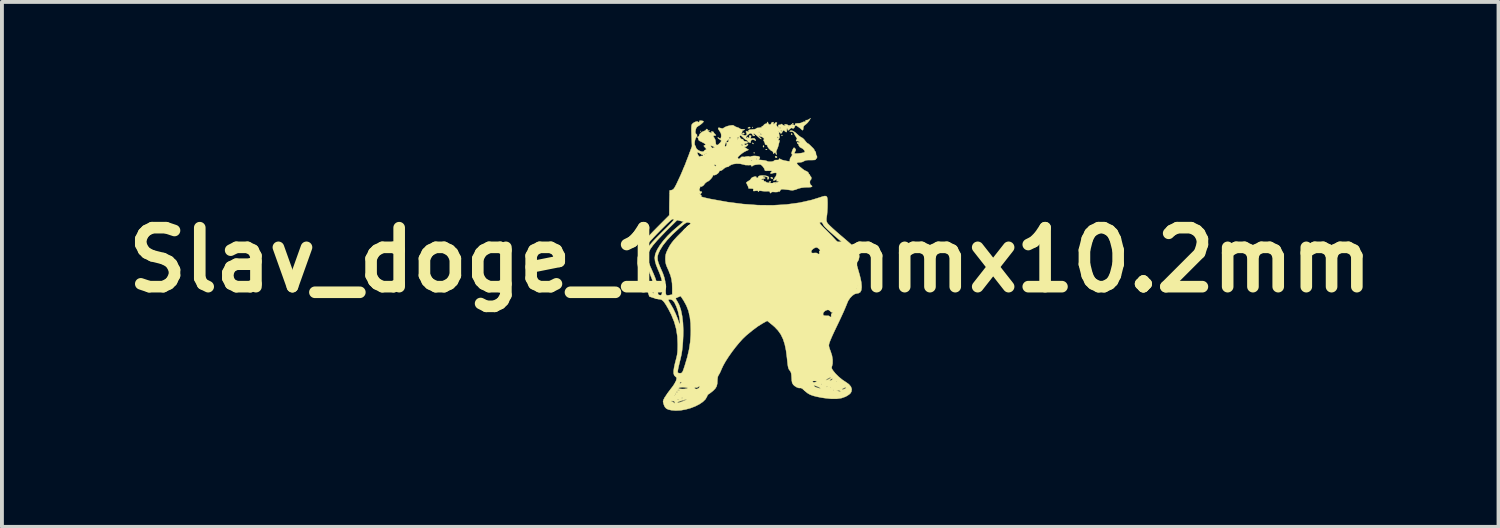
<source format=kicad_pcb>
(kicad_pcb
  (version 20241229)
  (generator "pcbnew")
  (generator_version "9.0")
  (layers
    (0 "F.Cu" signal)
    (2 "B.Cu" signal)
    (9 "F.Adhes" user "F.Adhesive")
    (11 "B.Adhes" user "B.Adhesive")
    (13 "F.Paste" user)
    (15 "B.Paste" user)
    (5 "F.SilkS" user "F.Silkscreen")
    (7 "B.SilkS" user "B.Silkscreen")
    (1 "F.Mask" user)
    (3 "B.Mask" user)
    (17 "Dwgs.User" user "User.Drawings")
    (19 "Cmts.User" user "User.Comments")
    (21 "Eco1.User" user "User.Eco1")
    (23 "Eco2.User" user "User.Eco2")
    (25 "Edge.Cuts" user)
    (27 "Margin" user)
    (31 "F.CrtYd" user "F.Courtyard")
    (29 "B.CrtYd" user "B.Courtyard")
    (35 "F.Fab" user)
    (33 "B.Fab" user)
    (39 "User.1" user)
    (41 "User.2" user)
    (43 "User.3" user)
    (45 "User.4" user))
  (footprint "Slav_doge_10.2mmx10.2mm"
    (layer "F.Cu")
    (at 16.336 3.668)
    (property "Reference" "Slav_doge_10.2mmx10.2mm" (at 0 0 0) (layer "F.SilkS") (effects (font (size 1.524 1.524) (thickness 0.3))))
    (attr through_hole)
    (fp_poly (pts (xy -1.27 -3.327) (xy -1.278 -3.319) (xy -1.287 -3.327) (xy -1.278 -3.336) (xy -1.27 -3.327)) (stroke (width 0.01) (type solid)) (fill yes) (layer "F.SilkS"))
    (fp_poly (pts (xy 0.068 -3.429) (xy 0.059 -3.421) (xy 0.051 -3.429) (xy 0.059 -3.437) (xy 0.068 -3.429)) (stroke (width 0.01) (type solid)) (fill yes) (layer "F.SilkS"))
    (fp_poly (pts (xy -1.056 -3.347) (xy -1.058 -3.337) (xy -1.067 -3.336) (xy -1.081 -3.342) (xy -1.078 -3.347) (xy -1.058 -3.349) (xy -1.056 -3.347)) (stroke (width 0.01) (type solid)) (fill yes) (layer "F.SilkS"))
    (fp_poly (pts (xy 0.113 -2.771) (xy 0.111 -2.761) (xy 0.102 -2.76) (xy 0.088 -2.766) (xy 0.09 -2.771) (xy 0.11 -2.773) (xy 0.113 -2.771)) (stroke (width 0.01) (type solid)) (fill yes) (layer "F.SilkS"))
    (fp_poly (pts (xy 0.436 -2.855) (xy 0.431 -2.847) (xy 0.413 -2.846) (xy 0.395 -2.85) (xy 0.403 -2.856) (xy 0.43 -2.858) (xy 0.436 -2.855)) (stroke (width 0.01) (type solid)) (fill yes) (layer "F.SilkS"))
    (fp_poly (pts (xy 0.824 -3.229) (xy 0.826 -3.209) (xy 0.824 -3.206) (xy 0.814 -3.208) (xy 0.813 -3.217) (xy 0.819 -3.231) (xy 0.824 -3.229)) (stroke (width 0.01) (type solid)) (fill yes) (layer "F.SilkS"))
    (fp_poly (pts (xy 1.112 -3.533) (xy 1.11 -3.523) (xy 1.101 -3.522) (xy 1.087 -3.528) (xy 1.089 -3.533) (xy 1.109 -3.535) (xy 1.112 -3.533)) (stroke (width 0.01) (type solid)) (fill yes) (layer "F.SilkS"))
    (fp_poly (pts (xy 0.065 -3.024) (xy 0.083 -3.007) (xy 0.08 -2.997) (xy 0.077 -2.997) (xy 0.063 -3.009) (xy 0.058 -3.017) (xy 0.056 -3.028) (xy 0.065 -3.024)) (stroke (width 0.01) (type solid)) (fill yes) (layer "F.SilkS"))
    (fp_poly (pts (xy 0.353 -2.951) (xy 0.356 -2.939) (xy 0.35 -2.914) (xy 0.335 -2.922) (xy 0.331 -2.928) (xy 0.333 -2.95) (xy 0.338 -2.955) (xy 0.353 -2.951)) (stroke (width 0.01) (type solid)) (fill yes) (layer "F.SilkS"))
    (fp_poly (pts (xy -0.155 -3.276) (xy -0.152 -3.268) (xy -0.166 -3.253) (xy -0.178 -3.251) (xy -0.2 -3.26) (xy -0.203 -3.268) (xy -0.189 -3.283) (xy -0.178 -3.285) (xy -0.155 -3.276)) (stroke (width 0.01) (type solid)) (fill yes) (layer "F.SilkS"))
    (fp_poly (pts (xy -0.001 -3.426) (xy 0 -3.421) (xy -0.014 -3.407) (xy -0.038 -3.404) (xy -0.063 -3.407) (xy -0.057 -3.416) (xy -0.051 -3.421) (xy -0.016 -3.436) (xy -0.001 -3.426)) (stroke (width 0.01) (type solid)) (fill yes) (layer "F.SilkS"))
    (fp_poly (pts (xy 0.535 -2.024) (xy 0.533 -2.015) (xy 0.509 -2) (xy 0.498 -1.998) (xy 0.481 -2.007) (xy 0.483 -2.015) (xy 0.507 -2.03) (xy 0.518 -2.032) (xy 0.535 -2.024)) (stroke (width 0.01) (type solid)) (fill yes) (layer "F.SilkS"))
    (fp_poly (pts (xy 0.669 -2.682) (xy 0.691 -2.665) (xy 0.694 -2.657) (xy 0.681 -2.643) (xy 0.669 -2.642) (xy 0.646 -2.655) (xy 0.643 -2.666) (xy 0.655 -2.684) (xy 0.669 -2.682)) (stroke (width 0.01) (type solid)) (fill yes) (layer "F.SilkS"))
    (fp_poly (pts (xy 1.083 -3.256) (xy 1.084 -3.251) (xy 1.078 -3.235) (xy 1.076 -3.234) (xy 1.062 -3.246) (xy 1.058 -3.251) (xy 1.06 -3.267) (xy 1.066 -3.268) (xy 1.083 -3.256)) (stroke (width 0.01) (type solid)) (fill yes) (layer "F.SilkS"))
    (fp_poly (pts (xy 0.572 -2.129) (xy 0.576 -2.125) (xy 0.588 -2.105) (xy 0.572 -2.1) (xy 0.57 -2.1) (xy 0.541 -2.109) (xy 0.534 -2.115) (xy 0.532 -2.135) (xy 0.549 -2.141) (xy 0.572 -2.129)) (stroke (width 0.01) (type solid)) (fill yes) (layer "F.SilkS"))
    (fp_poly (pts (xy 1.522 -3.599) (xy 1.484 -3.549) (xy 1.437 -3.505) (xy 1.428 -3.499) (xy 1.389 -3.467) (xy 1.373 -3.431) (xy 1.372 -3.408) (xy 1.366 -3.367) (xy 1.351 -3.352) (xy 1.331 -3.367) (xy 1.329 -3.37) (xy 1.31 -3.388) (xy 1.273 -3.417) (xy 1.244 -3.438) (xy 1.2 -3.467) (xy 1.175 -3.478) (xy 1.163 -3.472) (xy 1.157 -3.46) (xy 1.134 -3.412) (xy 1.109 -3.397) (xy 1.089 -3.406) (xy 1.068 -3.414) (xy 1.041 -3.4) (xy 1.017 -3.379) (xy 0.986 -3.352) (xy 0.972 -3.349) (xy 0.971 -3.362) (xy 0.964 -3.39) (xy 0.955 -3.398) (xy 0.944 -3.389) (xy 0.945 -3.353) (xy 0.944 -3.314) (xy 0.928 -3.303) (xy 0.901 -3.324) (xy 0.897 -3.327) (xy 0.869 -3.351) (xy 0.846 -3.341) (xy 0.83 -3.31) (xy 0.812 -3.28) (xy 0.792 -3.268) (xy 0.78 -3.277) (xy 0.779 -3.285) (xy 0.765 -3.3) (xy 0.755 -3.302) (xy 0.742 -3.296) (xy 0.741 -3.272) (xy 0.749 -3.233) (xy 0.758 -3.181) (xy 0.752 -3.15) (xy 0.747 -3.145) (xy 0.732 -3.12) (xy 0.729 -3.097) (xy 0.74 -3.089) (xy 0.748 -3.092) (xy 0.76 -3.092) (xy 0.755 -3.065) (xy 0.755 -3.063) (xy 0.742 -3.018) (xy 0.73 -2.964) (xy 0.73 -2.963) (xy 0.712 -2.905) (xy 0.688 -2.849) (xy 0.67 -2.803) (xy 0.674 -2.768) (xy 0.677 -2.76) (xy 0.687 -2.732) (xy 0.678 -2.726) (xy 0.662 -2.74) (xy 0.66 -2.752) (xy 0.652 -2.775) (xy 0.628 -2.769) (xy 0.613 -2.757) (xy 0.597 -2.748) (xy 0.593 -2.769) (xy 0.593 -2.774) (xy 0.584 -2.803) (xy 0.571 -2.811) (xy 0.544 -2.823) (xy 0.509 -2.853) (xy 0.474 -2.89) (xy 0.45 -2.926) (xy 0.444 -2.948) (xy 0.434 -2.968) (xy 0.41 -2.977) (xy 0.384 -2.987) (xy 0.381 -2.998) (xy 0.38 -3.021) (xy 0.362 -3.057) (xy 0.361 -3.059) (xy 0.343 -3.093) (xy 0.347 -3.109) (xy 0.353 -3.112) (xy 0.361 -3.126) (xy 0.348 -3.149) (xy 0.328 -3.167) (xy 0.694 -3.167) (xy 0.707 -3.15) (xy 0.711 -3.15) (xy 0.728 -3.162) (xy 0.728 -3.167) (xy 0.715 -3.183) (xy 0.711 -3.183) (xy 0.695 -3.171) (xy 0.694 -3.167) (xy 0.328 -3.167) (xy 0.323 -3.171) (xy 0.294 -3.183) (xy 0.289 -3.183) (xy 0.252 -3.195) (xy 0.24 -3.204) (xy 0.223 -3.215) (xy 0.22 -3.205) (xy 0.233 -3.181) (xy 0.257 -3.159) (xy 0.281 -3.138) (xy 0.285 -3.124) (xy 0.269 -3.13) (xy 0.236 -3.155) (xy 0.194 -3.192) (xy 0.14 -3.239) (xy 0.114 -3.258) (xy 0.26 -3.258) (xy 0.262 -3.251) (xy 0.278 -3.235) (xy 0.28 -3.234) (xy 0.288 -3.247) (xy 0.288 -3.251) (xy 0.275 -3.267) (xy 0.27 -3.268) (xy 0.26 -3.258) (xy 0.114 -3.258) (xy 0.106 -3.263) (xy 0.089 -3.265) (xy 0.085 -3.251) (xy 0.098 -3.235) (xy 0.102 -3.234) (xy 0.118 -3.223) (xy 0.119 -3.22) (xy 0.106 -3.209) (xy 0.082 -3.206) (xy 0.067 -3.215) (xy 0.067 -3.216) (xy 0.058 -3.236) (xy 0.044 -3.255) (xy 0.022 -3.274) (xy -0.007 -3.27) (xy -0.019 -3.265) (xy -0.062 -3.235) (xy -0.089 -3.208) (xy -0.108 -3.179) (xy -0.104 -3.161) (xy -0.089 -3.147) (xy -0.07 -3.134) (xy -0.07 -3.146) (xy -0.074 -3.158) (xy -0.08 -3.18) (xy -0.07 -3.175) (xy -0.065 -3.171) (xy -0.037 -3.151) (xy -0.023 -3.158) (xy -0.025 -3.183) (xy -0.027 -3.21) (xy -0.003 -3.217) (xy -0.002 -3.217) (xy 0.022 -3.213) (xy 0.023 -3.194) (xy 0.017 -3.174) (xy 0.008 -3.145) (xy 0.017 -3.136) (xy 0.052 -3.141) (xy 0.055 -3.141) (xy 0.098 -3.144) (xy 0.124 -3.128) (xy 0.131 -3.117) (xy 0.145 -3.089) (xy 0.136 -3.084) (xy 0.103 -3.102) (xy 0.101 -3.103) (xy 0.063 -3.113) (xy 0.03 -3.1) (xy 0.013 -3.072) (xy 0.013 -3.058) (xy 0.01 -3.035) (xy 0.002 -3.031) (xy -0.038 -3.04) (xy -0.064 -3.063) (xy -0.068 -3.075) (xy -0.081 -3.096) (xy -0.094 -3.099) (xy -0.12 -3.11) (xy -0.159 -3.14) (xy -0.186 -3.166) (xy -0.229 -3.207) (xy -0.256 -3.22) (xy -0.269 -3.207) (xy -0.271 -3.188) (xy -0.26 -3.158) (xy -0.237 -3.132) (xy -0.212 -3.121) (xy -0.205 -3.123) (xy -0.188 -3.118) (xy -0.178 -3.098) (xy -0.157 -3.072) (xy -0.138 -3.068) (xy -0.101 -3.064) (xy -0.073 -3.045) (xy -0.068 -3.03) (xy -0.082 -3.018) (xy -0.11 -3.014) (xy -0.144 -3.007) (xy -0.151 -2.989) (xy -0.134 -2.971) (xy -0.108 -2.971) (xy -0.097 -2.978) (xy -0.068 -2.998) (xy -0.055 -2.993) (xy -0.064 -2.968) (xy -0.075 -2.955) (xy -0.116 -2.924) (xy -0.146 -2.923) (xy -0.152 -2.921) (xy -0.133 -2.906) (xy -0.11 -2.89) (xy -0.042 -2.847) (xy -0.129 -2.807) (xy -0.171 -2.783) (xy -0.217 -2.751) (xy -0.261 -2.716) (xy -0.298 -2.682) (xy -0.32 -2.656) (xy -0.323 -2.642) (xy -0.319 -2.642) (xy -0.31 -2.631) (xy -0.313 -2.625) (xy -0.309 -2.61) (xy -0.297 -2.608) (xy 0.152 -2.608) (xy 0.159 -2.594) (xy 0.164 -2.596) (xy 0.166 -2.617) (xy 0.164 -2.619) (xy 0.154 -2.617) (xy 0.152 -2.608) (xy -0.297 -2.608) (xy -0.268 -2.621) (xy -0.25 -2.641) (xy -0.221 -2.666) (xy -0.191 -2.665) (xy -0.147 -2.663) (xy -0.105 -2.672) (xy -0.049 -2.679) (xy -0.026 -2.672) (xy 0.004 -2.664) (xy 0.015 -2.673) (xy 0.037 -2.682) (xy 0.084 -2.688) (xy 0.131 -2.688) (xy 0.203 -2.681) (xy 0.242 -2.665) (xy 0.25 -2.639) (xy 0.235 -2.614) (xy 0.222 -2.594) (xy 0.222 -2.589) (xy 0.241 -2.587) (xy 0.283 -2.583) (xy 0.322 -2.579) (xy 0.376 -2.572) (xy 0.417 -2.562) (xy 0.431 -2.556) (xy 0.46 -2.544) (xy 0.505 -2.54) (xy 0.555 -2.542) (xy 0.596 -2.551) (xy 0.615 -2.564) (xy 0.64 -2.582) (xy 0.685 -2.583) (xy 0.728 -2.584) (xy 0.744 -2.598) (xy 0.745 -2.604) (xy 0.749 -2.619) (xy 0.766 -2.615) (xy 0.783 -2.604) (xy 0.825 -2.585) (xy 0.888 -2.568) (xy 0.979 -2.552) (xy 0.995 -2.55) (xy 1.023 -2.551) (xy 1.025 -2.57) (xy 1.023 -2.577) (xy 1.028 -2.616) (xy 1.047 -2.65) (xy 1.693 -2.65) (xy 1.702 -2.642) (xy 1.71 -2.65) (xy 1.702 -2.659) (xy 1.693 -2.65) (xy 1.047 -2.65) (xy 1.058 -2.668) (xy 1.081 -2.703) (xy 1.088 -2.724) (xy 1.085 -2.726) (xy 1.069 -2.74) (xy 1.07 -2.776) (xy 1.088 -2.829) (xy 1.097 -2.851) (xy 1.118 -2.89) (xy 1.132 -2.902) (xy 1.148 -2.892) (xy 1.158 -2.881) (xy 1.178 -2.854) (xy 1.175 -2.83) (xy 1.161 -2.807) (xy 1.145 -2.774) (xy 1.145 -2.755) (xy 1.168 -2.751) (xy 1.212 -2.751) (xy 1.269 -2.756) (xy 1.325 -2.763) (xy 1.372 -2.773) (xy 1.393 -2.78) (xy 1.412 -2.794) (xy 1.41 -2.812) (xy 1.395 -2.836) (xy 1.363 -2.871) (xy 1.333 -2.889) (xy 1.283 -2.916) (xy 1.256 -2.954) (xy 1.253 -2.971) (xy 1.245 -2.994) (xy 1.238 -2.997) (xy 1.219 -3.011) (xy 1.213 -3.023) (xy 1.212 -3.04) (xy 1.234 -3.04) (xy 1.249 -3.037) (xy 1.28 -3.031) (xy 1.282 -3.037) (xy 1.267 -3.054) (xy 1.235 -3.072) (xy 1.212 -3.072) (xy 1.189 -3.073) (xy 1.185 -3.087) (xy 1.197 -3.114) (xy 1.206 -3.12) (xy 1.21 -3.136) (xy 1.19 -3.173) (xy 1.182 -3.185) (xy 1.153 -3.229) (xy 1.134 -3.268) (xy 1.132 -3.277) (xy 1.112 -3.306) (xy 1.092 -3.313) (xy 1.051 -3.316) (xy 1.034 -3.317) (xy 1.02 -3.325) (xy 1.025 -3.335) (xy 1.06 -3.346) (xy 1.109 -3.331) (xy 1.168 -3.292) (xy 1.214 -3.251) (xy 1.261 -3.209) (xy 1.303 -3.178) (xy 1.329 -3.164) (xy 1.358 -3.147) (xy 1.394 -3.112) (xy 1.413 -3.087) (xy 1.446 -3.047) (xy 1.472 -3.02) (xy 1.482 -3.015) (xy 1.503 -3.003) (xy 1.537 -2.975) (xy 1.549 -2.963) (xy 1.589 -2.923) (xy 1.624 -2.889) (xy 1.63 -2.883) (xy 1.653 -2.853) (xy 1.659 -2.834) (xy 1.673 -2.81) (xy 1.679 -2.807) (xy 1.693 -2.788) (xy 1.698 -2.755) (xy 1.702 -2.718) (xy 1.712 -2.7) (xy 1.725 -2.678) (xy 1.726 -2.648) (xy 1.717 -2.627) (xy 1.71 -2.625) (xy 1.695 -2.611) (xy 1.693 -2.602) (xy 1.684 -2.59) (xy 1.653 -2.584) (xy 1.596 -2.582) (xy 1.562 -2.582) (xy 1.487 -2.581) (xy 1.437 -2.575) (xy 1.402 -2.561) (xy 1.39 -2.554) (xy 1.345 -2.532) (xy 1.291 -2.523) (xy 1.289 -2.523) (xy 1.235 -2.52) (xy 1.207 -2.509) (xy 1.208 -2.488) (xy 1.236 -2.453) (xy 1.291 -2.403) (xy 1.296 -2.399) (xy 1.349 -2.355) (xy 1.394 -2.322) (xy 1.424 -2.305) (xy 1.43 -2.303) (xy 1.456 -2.294) (xy 1.486 -2.272) (xy 1.509 -2.248) (xy 1.513 -2.23) (xy 1.512 -2.229) (xy 1.514 -2.219) (xy 1.521 -2.218) (xy 1.539 -2.205) (xy 1.541 -2.192) (xy 1.554 -2.164) (xy 1.564 -2.158) (xy 1.577 -2.138) (xy 1.579 -2.106) (xy 1.57 -2.076) (xy 1.556 -2.066) (xy 1.546 -2.051) (xy 1.541 -2.014) (xy 1.541 -2.007) (xy 1.549 -1.957) (xy 1.575 -1.93) (xy 1.6 -1.909) (xy 1.593 -1.892) (xy 1.558 -1.882) (xy 1.528 -1.88) (xy 1.414 -1.877) (xy 1.323 -1.866) (xy 1.244 -1.846) (xy 1.171 -1.817) (xy 1.092 -1.799) (xy 1.052 -1.803) (xy 0.991 -1.812) (xy 0.931 -1.819) (xy 0.887 -1.824) (xy 0.857 -1.828) (xy 0.855 -1.829) (xy 0.807 -1.829) (xy 0.778 -1.804) (xy 0.774 -1.793) (xy 0.76 -1.769) (xy 0.747 -1.768) (xy 0.725 -1.768) (xy 0.721 -1.764) (xy 0.701 -1.757) (xy 0.658 -1.755) (xy 0.627 -1.757) (xy 0.569 -1.759) (xy 0.543 -1.751) (xy 0.542 -1.746) (xy 0.53 -1.728) (xy 0.525 -1.727) (xy 0.51 -1.741) (xy 0.508 -1.754) (xy 0.501 -1.771) (xy 0.476 -1.777) (xy 0.428 -1.776) (xy 0.365 -1.776) (xy 0.305 -1.782) (xy 0.29 -1.785) (xy 0.244 -1.79) (xy 0.22 -1.778) (xy 0.218 -1.776) (xy 0.206 -1.761) (xy 0.203 -1.775) (xy 0.194 -1.789) (xy 0.162 -1.79) (xy 0.137 -1.787) (xy 0.095 -1.781) (xy 0.078 -1.786) (xy 0.078 -1.805) (xy 0.079 -1.811) (xy 0.082 -1.833) (xy 0.067 -1.843) (xy 0.029 -1.846) (xy 0.016 -1.846) (xy -0.025 -1.848) (xy -0.046 -1.853) (xy -0.046 -1.856) (xy -0.047 -1.876) (xy -0.061 -1.913) (xy -0.069 -1.928) (xy -0.089 -1.969) (xy -0.091 -1.973) (xy 0.643 -1.973) (xy 0.652 -1.964) (xy 0.66 -1.973) (xy 0.652 -1.981) (xy 0.643 -1.973) (xy -0.091 -1.973) (xy -0.101 -1.996) (xy -0.102 -1.999) (xy -0.088 -2.013) (xy -0.055 -2.035) (xy -0.042 -2.042) (xy -0.005 -2.067) (xy 0.016 -2.091) (xy 0.017 -2.096) (xy 0.031 -2.117) (xy 0.066 -2.139) (xy 0.071 -2.141) (xy 0.116 -2.154) (xy 0.149 -2.154) (xy 0.162 -2.142) (xy 0.159 -2.13) (xy 0.163 -2.119) (xy 0.18 -2.12) (xy 0.204 -2.131) (xy 0.206 -2.14) (xy 0.213 -2.162) (xy 0.247 -2.177) (xy 0.301 -2.184) (xy 0.307 -2.184) (xy 0.387 -2.179) (xy 0.446 -2.165) (xy 0.479 -2.143) (xy 0.482 -2.137) (xy 0.482 -2.109) (xy 0.468 -2.088) (xy 0.449 -2.086) (xy 0.445 -2.089) (xy 0.445 -2.107) (xy 0.453 -2.114) (xy 0.456 -2.127) (xy 0.436 -2.142) (xy 0.403 -2.155) (xy 0.368 -2.161) (xy 0.342 -2.158) (xy 0.325 -2.147) (xy 0.338 -2.14) (xy 0.351 -2.138) (xy 0.384 -2.126) (xy 0.386 -2.111) (xy 0.36 -2.101) (xy 0.339 -2.1) (xy 0.303 -2.094) (xy 0.288 -2.081) (xy 0.288 -2.081) (xy 0.301 -2.069) (xy 0.323 -2.071) (xy 0.348 -2.073) (xy 0.349 -2.056) (xy 0.353 -2.036) (xy 0.372 -2.032) (xy 0.401 -2.024) (xy 0.409 -2.015) (xy 0.427 -2.003) (xy 0.465 -1.993) (xy 0.512 -1.986) (xy 0.556 -1.984) (xy 0.586 -1.987) (xy 0.593 -1.993) (xy 0.608 -2.002) (xy 0.645 -2.006) (xy 0.659 -2.005) (xy 0.709 -2.008) (xy 0.734 -2.022) (xy 0.734 -2.023) (xy 0.731 -2.038) (xy 0.707 -2.036) (xy 0.682 -2.034) (xy 0.681 -2.051) (xy 0.682 -2.055) (xy 0.688 -2.078) (xy 0.674 -2.079) (xy 0.644 -2.062) (xy 0.613 -2.052) (xy 0.598 -2.056) (xy 0.597 -2.073) (xy 0.605 -2.078) (xy 0.625 -2.099) (xy 0.627 -2.11) (xy 0.635 -2.131) (xy 0.641 -2.134) (xy 0.654 -2.148) (xy 0.67 -2.184) (xy 0.673 -2.193) (xy 0.683 -2.232) (xy 0.678 -2.248) (xy 0.652 -2.252) (xy 0.641 -2.252) (xy 0.592 -2.246) (xy 0.558 -2.235) (xy 0.532 -2.229) (xy 0.524 -2.243) (xy 0.533 -2.266) (xy 0.555 -2.285) (xy 0.569 -2.296) (xy 0.556 -2.302) (xy 0.525 -2.304) (xy 0.469 -2.305) (xy 0.419 -2.303) (xy 0.384 -2.307) (xy 0.373 -2.328) (xy 0.373 -2.332) (xy 0.362 -2.363) (xy 0.334 -2.404) (xy 0.321 -2.42) (xy 0.289 -2.452) (xy 0.263 -2.467) (xy 0.228 -2.471) (xy 0.173 -2.465) (xy 0.119 -2.457) (xy 0.082 -2.446) (xy 0.071 -2.438) (xy 0.051 -2.423) (xy 0.04 -2.421) (xy 0.024 -2.431) (xy 0.027 -2.441) (xy 0.025 -2.452) (xy -0.004 -2.454) (xy -0.033 -2.451) (xy -0.122 -2.453) (xy -0.175 -2.467) (xy -0.258 -2.486) (xy -0.349 -2.49) (xy -0.435 -2.479) (xy -0.491 -2.46) (xy -0.53 -2.438) (xy -0.554 -2.42) (xy -0.556 -2.417) (xy -0.575 -2.407) (xy -0.601 -2.405) (xy -0.636 -2.393) (xy -0.678 -2.364) (xy -0.69 -2.353) (xy -0.731 -2.32) (xy -0.766 -2.306) (xy -0.773 -2.306) (xy -0.797 -2.302) (xy -0.8 -2.291) (xy -0.81 -2.265) (xy -0.84 -2.234) (xy -0.88 -2.207) (xy -0.917 -2.193) (xy -0.933 -2.193) (xy -0.959 -2.194) (xy -0.965 -2.175) (xy -0.976 -2.149) (xy -1.003 -2.112) (xy -1.038 -2.074) (xy -1.071 -2.044) (xy -1.093 -2.032) (xy -1.114 -2.023) (xy -1.144 -2.001) (xy -1.172 -1.975) (xy -1.188 -1.956) (xy -1.188 -1.952) (xy -1.197 -1.938) (xy -1.225 -1.915) (xy -1.23 -1.912) (xy -1.266 -1.893) (xy -1.288 -1.896) (xy -1.292 -1.901) (xy -1.301 -1.909) (xy -1.298 -1.893) (xy -1.297 -1.864) (xy -1.304 -1.854) (xy -1.316 -1.831) (xy -1.312 -1.798) (xy -1.296 -1.772) (xy -1.285 -1.768) (xy -1.252 -1.763) (xy -1.248 -1.75) (xy -1.27 -1.723) (xy -1.293 -1.696) (xy -1.292 -1.683) (xy -1.279 -1.679) (xy -1.261 -1.668) (xy -1.269 -1.652) (xy -1.269 -1.642) (xy -1.252 -1.632) (xy -1.212 -1.619) (xy -1.147 -1.603) (xy -1.053 -1.582) (xy -1.029 -1.577) (xy -0.6 -1.499) (xy -0.189 -1.446) (xy 0.205 -1.417) (xy 0.58 -1.413) (xy 0.935 -1.434) (xy 1.27 -1.479) (xy 1.583 -1.549) (xy 1.789 -1.613) (xy 1.87 -1.64) (xy 1.926 -1.653) (xy 1.963 -1.649) (xy 1.985 -1.624) (xy 1.995 -1.574) (xy 1.998 -1.495) (xy 1.998 -1.436) (xy 1.996 -1.345) (xy 1.991 -1.252) (xy 1.984 -1.171) (xy 1.979 -1.136) (xy 1.97 -1.07) (xy 1.969 -1.025) (xy 1.977 -0.989) (xy 1.988 -0.964) (xy 2.012 -0.932) (xy 2.061 -0.882) (xy 2.135 -0.813) (xy 2.231 -0.727) (xy 2.349 -0.625) (xy 2.378 -0.601) (xy 2.474 -0.519) (xy 2.564 -0.441) (xy 2.643 -0.371) (xy 2.707 -0.311) (xy 2.754 -0.267) (xy 2.778 -0.24) (xy 2.778 -0.24) (xy 2.81 -0.167) (xy 2.818 -0.085) (xy 2.802 -0.007) (xy 2.778 0.036) (xy 2.739 0.089) (xy 2.791 0.26) (xy 2.828 0.389) (xy 2.853 0.492) (xy 2.87 0.579) (xy 2.877 0.656) (xy 2.879 0.704) (xy 2.869 0.783) (xy 2.841 0.834) (xy 2.793 0.86) (xy 2.758 0.864) (xy 2.7 0.879) (xy 2.64 0.92) (xy 2.581 0.981) (xy 2.531 1.055) (xy 2.497 1.135) (xy 2.479 1.181) (xy 2.449 1.253) (xy 2.41 1.343) (xy 2.363 1.445) (xy 2.312 1.555) (xy 2.282 1.618) (xy 2.211 1.765) (xy 2.155 1.884) (xy 2.111 1.98) (xy 2.079 2.055) (xy 2.056 2.112) (xy 2.041 2.156) (xy 2.034 2.189) (xy 2.032 2.211) (xy 2.038 2.248) (xy 2.055 2.303) (xy 2.076 2.358) (xy 2.112 2.469) (xy 2.129 2.578) (xy 2.128 2.676) (xy 2.117 2.727) (xy 2.105 2.769) (xy 2.106 2.8) (xy 2.124 2.834) (xy 2.143 2.862) (xy 2.205 2.938) (xy 2.287 3.019) (xy 2.377 3.093) (xy 2.465 3.152) (xy 2.469 3.154) (xy 2.549 3.211) (xy 2.601 3.273) (xy 2.623 3.338) (xy 2.614 3.402) (xy 2.59 3.443) (xy 2.557 3.474) (xy 2.504 3.509) (xy 2.46 3.533) (xy 2.359 3.569) (xy 2.236 3.587) (xy 2.09 3.587) (xy 1.919 3.568) (xy 1.846 3.557) (xy 1.723 3.533) (xy 1.626 3.508) (xy 1.549 3.48) (xy 1.486 3.444) (xy 1.428 3.399) (xy 1.403 3.375) (xy 1.4 3.373) (xy 2.227 3.373) (xy 2.269 3.387) (xy 2.313 3.399) (xy 2.331 3.4) (xy 2.329 3.388) (xy 2.328 3.387) (xy 2.305 3.375) (xy 2.272 3.371) (xy 2.227 3.373) (xy 1.4 3.373) (xy 1.384 3.358) (xy 2.139 3.358) (xy 2.142 3.369) (xy 2.151 3.37) (xy 2.164 3.364) (xy 2.162 3.358) (xy 2.142 3.356) (xy 2.139 3.358) (xy 1.384 3.358) (xy 1.37 3.346) (xy 2.371 3.346) (xy 2.375 3.352) (xy 2.393 3.348) (xy 2.434 3.332) (xy 2.439 3.33) (xy 2.471 3.312) (xy 2.477 3.297) (xy 2.475 3.295) (xy 2.452 3.296) (xy 2.417 3.31) (xy 2.385 3.329) (xy 2.371 3.346) (xy 2.371 3.346) (xy 1.37 3.346) (xy 1.348 3.327) (xy 1.31 3.307) (xy 1.296 3.308) (xy 1.255 3.308) (xy 1.202 3.289) (xy 1.148 3.255) (xy 1.136 3.244) (xy 1.644 3.244) (xy 1.649 3.258) (xy 1.676 3.278) (xy 1.718 3.296) (xy 1.744 3.304) (xy 1.788 3.315) (xy 1.807 3.317) (xy 1.812 3.312) (xy 1.812 3.311) (xy 1.798 3.299) (xy 1.786 3.294) (xy 2.066 3.294) (xy 2.074 3.302) (xy 2.083 3.294) (xy 2.074 3.285) (xy 2.066 3.294) (xy 1.786 3.294) (xy 1.763 3.282) (xy 1.744 3.274) (xy 1.97 3.274) (xy 1.972 3.284) (xy 1.981 3.285) (xy 1.995 3.279) (xy 1.992 3.274) (xy 1.972 3.272) (xy 1.97 3.274) (xy 1.744 3.274) (xy 1.718 3.263) (xy 1.677 3.249) (xy 1.649 3.243) (xy 1.644 3.244) (xy 1.136 3.244) (xy 1.118 3.227) (xy 1.104 3.209) (xy 1.829 3.209) (xy 1.837 3.217) (xy 1.846 3.209) (xy 1.837 3.2) (xy 1.829 3.209) (xy 1.104 3.209) (xy 1.096 3.199) (xy 1.082 3.166) (xy 1.077 3.134) (xy 1.608 3.134) (xy 1.612 3.145) (xy 1.64 3.164) (xy 1.677 3.158) (xy 1.706 3.144) (xy 1.711 3.141) (xy 2.218 3.141) (xy 2.227 3.15) (xy 2.235 3.141) (xy 2.227 3.133) (xy 2.218 3.141) (xy 1.711 3.141) (xy 1.726 3.131) (xy 1.722 3.125) (xy 1.69 3.124) (xy 1.669 3.124) (xy 1.624 3.126) (xy 1.608 3.134) (xy 1.077 3.134) (xy 1.074 3.119) (xy 1.073 3.108) (xy 2.052 3.108) (xy 2.059 3.115) (xy 2.068 3.115) (xy 2.101 3.104) (xy 2.117 3.09) (xy 2.127 3.07) (xy 2.115 3.067) (xy 2.086 3.081) (xy 2.073 3.09) (xy 2.052 3.108) (xy 1.073 3.108) (xy 1.073 3.106) (xy 1.954 3.106) (xy 1.97 3.105) (xy 2.003 3.092) (xy 2.046 3.069) (xy 2.056 3.063) (xy 2.083 3.043) (xy 2.087 3.032) (xy 2.083 3.031) (xy 2.054 3.04) (xy 2.011 3.062) (xy 1.99 3.074) (xy 1.959 3.097) (xy 1.954 3.106) (xy 1.073 3.106) (xy 1.069 3.049) (xy 1.069 3.043) (xy 1.064 2.968) (xy 1.056 2.918) (xy 1.041 2.883) (xy 1.023 2.857) (xy 1.006 2.835) (xy 0.993 2.812) (xy 0.983 2.781) (xy 0.974 2.738) (xy 0.965 2.675) (xy 0.956 2.589) (xy 0.949 2.523) (xy 0.925 2.336) (xy 0.892 2.178) (xy 0.848 2.043) (xy 0.792 1.927) (xy 0.72 1.824) (xy 0.63 1.729) (xy 0.556 1.666) (xy 0.439 1.572) (xy 0.325 1.635) (xy 0.202 1.711) (xy 0.063 1.814) (xy -0.095 1.944) (xy -0.11 1.957) (xy -0.194 2.037) (xy -0.285 2.138) (xy -0.379 2.252) (xy -0.472 2.374) (xy -0.559 2.498) (xy -0.635 2.616) (xy -0.696 2.724) (xy -0.737 2.811) (xy -0.764 2.875) (xy -0.791 2.932) (xy -0.814 2.969) (xy -0.814 2.969) (xy -0.838 3.018) (xy -0.847 3.088) (xy -0.847 3.101) (xy -0.852 3.194) (xy -0.869 3.265) (xy -0.904 3.323) (xy -0.96 3.38) (xy -0.976 3.393) (xy -1.024 3.431) (xy -1.062 3.459) (xy -1.084 3.471) (xy -1.084 3.471) (xy -1.098 3.486) (xy -1.114 3.521) (xy -1.117 3.529) (xy -1.156 3.598) (xy -1.223 3.664) (xy -1.314 3.726) (xy -1.422 3.781) (xy -1.542 3.827) (xy -1.669 3.862) (xy -1.797 3.885) (xy -1.922 3.892) (xy -2.032 3.883) (xy -2.111 3.866) (xy -2.164 3.842) (xy -2.199 3.807) (xy -2.22 3.77) (xy -2.24 3.716) (xy -2.251 3.667) (xy -2.252 3.655) (xy -2.249 3.643) (xy -2.041 3.643) (xy -2.041 3.649) (xy -2.021 3.657) (xy -1.987 3.677) (xy -1.973 3.691) (xy -1.957 3.704) (xy -1.949 3.691) (xy -1.95 3.686) (xy -1.892 3.686) (xy -1.882 3.691) (xy -1.848 3.686) (xy -1.801 3.672) (xy -1.747 3.653) (xy -1.696 3.631) (xy -1.665 3.616) (xy -1.642 3.6) (xy -1.646 3.597) (xy -1.651 3.599) (xy -1.685 3.61) (xy -1.739 3.626) (xy -1.785 3.64) (xy -1.839 3.657) (xy -1.878 3.675) (xy -1.892 3.686) (xy -1.95 3.686) (xy -1.953 3.667) (xy -1.977 3.647) (xy -2.01 3.642) (xy -2.041 3.643) (xy -2.249 3.643) (xy -2.242 3.615) (xy -2.235 3.602) (xy -1.886 3.602) (xy -1.863 3.604) (xy -1.839 3.601) (xy -1.841 3.596) (xy -1.876 3.593) (xy -1.884 3.596) (xy -1.886 3.602) (xy -2.235 3.602) (xy -2.214 3.562) (xy -1.772 3.562) (xy -1.77 3.572) (xy -1.761 3.573) (xy -1.747 3.567) (xy -1.75 3.562) (xy -1.77 3.56) (xy -1.772 3.562) (xy -2.214 3.562) (xy -2.21 3.554) (xy -2.172 3.497) (xy -1.964 3.497) (xy -1.956 3.505) (xy -1.947 3.497) (xy -1.956 3.488) (xy -1.964 3.497) (xy -2.172 3.497) (xy -2.156 3.472) (xy -2.147 3.46) (xy -1.942 3.46) (xy -1.939 3.47) (xy -1.93 3.471) (xy -1.916 3.465) (xy -1.919 3.46) (xy -1.939 3.458) (xy -1.942 3.46) (xy -2.147 3.46) (xy -2.115 3.415) (xy -1.92 3.415) (xy -1.897 3.418) (xy -1.872 3.415) (xy -1.875 3.409) (xy -1.91 3.407) (xy -1.918 3.409) (xy -1.92 3.415) (xy -2.115 3.415) (xy -2.079 3.367) (xy -2.077 3.363) (xy -1.882 3.363) (xy -1.859 3.366) (xy -1.854 3.366) (xy -1.825 3.365) (xy -1.823 3.359) (xy -1.824 3.359) (xy -1.858 3.355) (xy -1.875 3.358) (xy -1.882 3.363) (xy -2.077 3.363) (xy -2.035 3.309) (xy -1.85 3.309) (xy -1.845 3.32) (xy -1.809 3.33) (xy -1.755 3.334) (xy -1.696 3.332) (xy -1.646 3.323) (xy -1.634 3.319) (xy -1.614 3.307) (xy -1.626 3.302) (xy -1.634 3.301) (xy -1.439 3.301) (xy -1.426 3.326) (xy -1.395 3.336) (xy -1.358 3.329) (xy -1.327 3.306) (xy -1.307 3.273) (xy -1.308 3.259) (xy -1.327 3.268) (xy -1.337 3.276) (xy -1.377 3.297) (xy -1.405 3.297) (xy -1.432 3.295) (xy -1.439 3.301) (xy -1.634 3.301) (xy -1.66 3.297) (xy -1.702 3.291) (xy -1.749 3.288) (xy -1.794 3.291) (xy -1.831 3.299) (xy -1.85 3.309) (xy -2.035 3.309) (xy -2.025 3.297) (xy -1.98 3.234) (xy -1.944 3.174) (xy -1.818 3.174) (xy -1.817 3.191) (xy -1.803 3.189) (xy -1.781 3.173) (xy -1.778 3.165) (xy -1.787 3.15) (xy -1.806 3.157) (xy -1.818 3.174) (xy -1.944 3.174) (xy -1.942 3.172) (xy -1.917 3.121) (xy -1.914 3.112) (xy -1.903 3.067) (xy -1.905 3.04) (xy -1.923 3.02) (xy -1.937 3.009) (xy -1.965 2.978) (xy -1.979 2.932) (xy -1.98 2.866) (xy -1.967 2.778) (xy -1.942 2.664) (xy -1.928 2.611) (xy -1.906 2.524) (xy -1.89 2.453) (xy -1.881 2.387) (xy -1.876 2.313) (xy -1.874 2.221) (xy -1.874 2.176) (xy -1.883 1.972) (xy -1.912 1.784) (xy -1.963 1.601) (xy -2.038 1.416) (xy -2.118 1.26) (xy -2.174 1.164) (xy -2.22 1.095) (xy -2.259 1.05) (xy -2.285 1.032) (xy -2.117 1.032) (xy -2.108 1.054) (xy -2.086 1.095) (xy -2.055 1.145) (xy -1.991 1.256) (xy -1.929 1.385) (xy -1.876 1.515) (xy -1.852 1.584) (xy -1.834 1.635) (xy -1.821 1.655) (xy -1.815 1.645) (xy -1.816 1.607) (xy -1.823 1.543) (xy -1.834 1.47) (xy -1.865 1.332) (xy -1.906 1.208) (xy -1.953 1.108) (xy -1.97 1.081) (xy -2.01 1.037) (xy -2.057 1.02) (xy -2.062 1.019) (xy -2.099 1.02) (xy -2.117 1.03) (xy -2.117 1.032) (xy -2.285 1.032) (xy -2.295 1.025) (xy -2.331 1.016) (xy -2.337 1.016) (xy -2.379 1.011) (xy -2.439 0.997) (xy -2.463 0.99) (xy -1.927 0.99) (xy -1.922 1.006) (xy -1.903 1.041) (xy -1.889 1.061) (xy -1.835 1.164) (xy -1.791 1.294) (xy -1.759 1.45) (xy -1.738 1.626) (xy -1.73 1.818) (xy -1.733 1.972) (xy -1.74 2.118) (xy -1.75 2.239) (xy -1.762 2.347) (xy -1.779 2.45) (xy -1.803 2.558) (xy -1.831 2.67) (xy -1.85 2.751) (xy -1.865 2.822) (xy -1.873 2.875) (xy -1.874 2.903) (xy -1.873 2.904) (xy -1.852 2.924) (xy -1.809 2.926) (xy -1.785 2.923) (xy -1.768 2.914) (xy -1.753 2.895) (xy -1.736 2.86) (xy -1.716 2.803) (xy -1.69 2.724) (xy -1.626 2.509) (xy -1.58 2.311) (xy -1.551 2.122) (xy -1.537 1.932) (xy -1.535 1.829) (xy -1.541 1.635) (xy -1.561 1.466) (xy -1.577 1.4) (xy 1.88 1.4) (xy 1.896 1.43) (xy 1.9 1.433) (xy 1.929 1.44) (xy 1.975 1.442) (xy 1.985 1.442) (xy 2.026 1.443) (xy 2.048 1.452) (xy 2.049 1.456) (xy 2.063 1.471) (xy 2.075 1.473) (xy 2.094 1.464) (xy 2.091 1.438) (xy 2.093 1.399) (xy 2.111 1.379) (xy 2.132 1.362) (xy 2.125 1.356) (xy 2.113 1.355) (xy 2.083 1.341) (xy 2.066 1.321) (xy 2.034 1.293) (xy 1.988 1.29) (xy 1.936 1.314) (xy 1.924 1.322) (xy 1.89 1.361) (xy 1.88 1.4) (xy -1.577 1.4) (xy -1.596 1.316) (xy -1.649 1.18) (xy -1.72 1.05) (xy -1.737 1.024) (xy -1.798 0.932) (xy -1.859 0.958) (xy -1.9 0.976) (xy -1.924 0.988) (xy -1.927 0.99) (xy -2.463 0.99) (xy -2.497 0.98) (xy -2.606 0.944) (xy -2.652 0.806) (xy -2.68 0.729) (xy -2.718 0.637) (xy -2.76 0.544) (xy -2.78 0.504) (xy -2.849 0.347) (xy -2.893 0.205) (xy -2.911 0.081) (xy -2.791 0.081) (xy -2.788 0.141) (xy -2.783 0.19) (xy -2.772 0.235) (xy -2.755 0.286) (xy -2.728 0.349) (xy -2.688 0.434) (xy -2.681 0.449) (xy -2.64 0.537) (xy -2.603 0.624) (xy -2.572 0.701) (xy -2.551 0.758) (xy -2.549 0.766) (xy -2.528 0.829) (xy -2.511 0.859) (xy -2.498 0.857) (xy -2.492 0.822) (xy -2.491 0.755) (xy -2.492 0.724) (xy -2.497 0.666) (xy -2.505 0.614) (xy -2.518 0.56) (xy -2.538 0.497) (xy -2.569 0.416) (xy -2.604 0.326) (xy -2.654 0.198) (xy -2.69 0.095) (xy -2.712 0.011) (xy -2.721 -0.059) (xy -2.718 -0.118) (xy -2.646 -0.118) (xy -2.645 -0.033) (xy -2.624 0.059) (xy -2.584 0.165) (xy -2.566 0.204) (xy -2.504 0.345) (xy -2.456 0.462) (xy -2.423 0.56) (xy -2.401 0.644) (xy -2.39 0.719) (xy -2.388 0.773) (xy -2.386 0.839) (xy -2.381 0.877) (xy -2.371 0.897) (xy -2.358 0.903) (xy -2.323 0.91) (xy -2.3 0.906) (xy -2.286 0.886) (xy -2.278 0.843) (xy -2.274 0.775) (xy -2.273 0.739) (xy -2.272 0.646) (xy -2.279 0.565) (xy -2.294 0.487) (xy -2.32 0.403) (xy -2.359 0.304) (xy -2.388 0.237) (xy -2.433 0.123) (xy -2.459 0.029) (xy -2.467 -0.05) (xy -2.397 -0.05) (xy -2.39 0.011) (xy -2.368 0.085) (xy -2.331 0.177) (xy -2.31 0.224) (xy -2.257 0.346) (xy -2.221 0.451) (xy -2.199 0.547) (xy -2.187 0.647) (xy -2.184 0.749) (xy -2.184 0.828) (xy -2.18 0.879) (xy -2.169 0.906) (xy -2.146 0.915) (xy -2.109 0.912) (xy -2.068 0.904) (xy -2.015 0.893) (xy -2.015 0.735) (xy -2.019 0.609) (xy -2.033 0.503) (xy -2.059 0.402) (xy -2.095 0.31) (xy 2.59 0.31) (xy 2.592 0.397) (xy 2.602 0.494) (xy 2.621 0.593) (xy 2.647 0.687) (xy 2.657 0.715) (xy 2.676 0.752) (xy 2.703 0.761) (xy 2.733 0.752) (xy 2.751 0.732) (xy 2.759 0.688) (xy 2.76 0.661) (xy 2.755 0.607) (xy 2.743 0.531) (xy 2.724 0.443) (xy 2.702 0.353) (xy 2.679 0.271) (xy 2.659 0.212) (xy 2.644 0.178) (xy 2.633 0.173) (xy 2.615 0.193) (xy 2.615 0.194) (xy 2.597 0.239) (xy 2.59 0.31) (xy -2.095 0.31) (xy -2.101 0.293) (xy -2.122 0.246) (xy -2.156 0.169) (xy -2.177 0.11) (xy -2.188 0.058) (xy -2.192 0.002) (xy -2.193 -0.027) (xy -2.191 -0.088) (xy -2.184 -0.138) (xy -2.169 -0.188) (xy -2.157 -0.215) (xy 1.575 -0.215) (xy 1.585 -0.188) (xy 1.596 -0.181) (xy 1.627 -0.178) (xy 1.67 -0.182) (xy 1.71 -0.182) (xy 1.734 -0.172) (xy 1.735 -0.171) (xy 1.76 -0.154) (xy 1.771 -0.152) (xy 1.788 -0.162) (xy 1.785 -0.195) (xy 1.782 -0.227) (xy 1.799 -0.237) (xy 1.801 -0.237) (xy 1.812 -0.244) (xy 1.796 -0.267) (xy 1.776 -0.287) (xy 1.738 -0.317) (xy 1.705 -0.326) (xy 1.665 -0.312) (xy 1.621 -0.284) (xy 1.588 -0.25) (xy 1.575 -0.215) (xy -2.157 -0.215) (xy -2.142 -0.249) (xy -2.121 -0.292) (xy -2.08 -0.368) (xy -2.034 -0.437) (xy -1.977 -0.509) (xy -1.901 -0.592) (xy -1.89 -0.604) (xy -1.82 -0.675) (xy -1.748 -0.746) (xy -1.681 -0.809) (xy -1.628 -0.855) (xy -1.628 -0.855) (xy -1.581 -0.896) (xy -1.549 -0.929) (xy -1.537 -0.948) (xy -1.537 -0.95) (xy -1.547 -0.954) (xy 1.796 -0.954) (xy 1.813 -0.927) (xy 1.85 -0.884) (xy 1.91 -0.822) (xy 1.965 -0.769) (xy 2.103 -0.629) (xy 2.23 -0.492) (xy 2.342 -0.362) (xy 2.437 -0.241) (xy 2.512 -0.133) (xy 2.566 -0.04) (xy 2.593 0.026) (xy 2.608 0.071) (xy 2.621 0.098) (xy 2.625 0.102) (xy 2.639 0.089) (xy 2.661 0.057) (xy 2.663 0.053) (xy 2.689 -0.008) (xy 2.703 -0.075) (xy 2.703 -0.135) (xy 2.694 -0.167) (xy 2.676 -0.186) (xy 2.637 -0.225) (xy 2.578 -0.279) (xy 2.503 -0.346) (xy 2.416 -0.422) (xy 2.32 -0.504) (xy 2.294 -0.526) (xy 2.175 -0.629) (xy 2.08 -0.713) (xy 2.006 -0.78) (xy 1.952 -0.833) (xy 1.914 -0.873) (xy 1.892 -0.904) (xy 1.885 -0.916) (xy 1.86 -0.963) (xy 1.836 -0.98) (xy 1.805 -0.972) (xy 1.798 -0.967) (xy 1.796 -0.954) (xy -1.547 -0.954) (xy -1.561 -0.96) (xy -1.601 -0.97) (xy -1.623 -0.972) (xy -1.647 -0.966) (xy -1.676 -0.95) (xy -1.717 -0.921) (xy -1.773 -0.874) (xy -1.84 -0.816) (xy -2.009 -0.66) (xy -2.147 -0.514) (xy -2.256 -0.378) (xy -2.335 -0.25) (xy -2.374 -0.164) (xy -2.392 -0.106) (xy -2.397 -0.05) (xy -2.467 -0.05) (xy -2.468 -0.053) (xy -2.458 -0.129) (xy -2.447 -0.169) (xy -2.402 -0.271) (xy -2.332 -0.384) (xy -2.242 -0.503) (xy -2.136 -0.623) (xy -2.018 -0.739) (xy -1.961 -0.789) (xy -1.898 -0.843) (xy -1.839 -0.893) (xy -1.792 -0.932) (xy -1.773 -0.949) (xy -1.723 -0.992) (xy -1.888 -1.03) (xy -2.08 -0.841) (xy -2.162 -0.76) (xy -2.249 -0.67) (xy -2.333 -0.582) (xy -2.404 -0.506) (xy -2.416 -0.492) (xy -2.511 -0.382) (xy -2.579 -0.286) (xy -2.624 -0.2) (xy -2.646 -0.118) (xy -2.718 -0.118) (xy -2.718 -0.121) (xy -2.705 -0.179) (xy -2.7 -0.195) (xy -2.681 -0.245) (xy -2.657 -0.294) (xy -2.625 -0.344) (xy -2.582 -0.4) (xy -2.526 -0.465) (xy -2.454 -0.542) (xy -2.362 -0.636) (xy -2.259 -0.739) (xy -2.164 -0.833) (xy -2.092 -0.906) (xy -2.039 -0.961) (xy -2.003 -1.001) (xy -1.983 -1.028) (xy -1.976 -1.044) (xy -1.979 -1.053) (xy -1.986 -1.057) (xy -2.001 -1.057) (xy -2.022 -1.048) (xy -2.051 -1.027) (xy -2.091 -0.992) (xy -2.146 -0.941) (xy -2.217 -0.871) (xy -2.309 -0.779) (xy -2.322 -0.766) (xy -2.408 -0.678) (xy -2.489 -0.593) (xy -2.56 -0.516) (xy -2.618 -0.451) (xy -2.659 -0.402) (xy -2.674 -0.38) (xy -2.744 -0.239) (xy -2.783 -0.086) (xy -2.791 0.081) (xy -2.911 0.081) (xy -2.912 0.072) (xy -2.906 -0.061) (xy -2.876 -0.199) (xy -2.845 -0.293) (xy -2.82 -0.35) (xy -2.788 -0.408) (xy -2.745 -0.471) (xy -2.688 -0.542) (xy -2.615 -0.624) (xy -2.523 -0.722) (xy -2.41 -0.837) (xy -2.375 -0.872) (xy -2.092 -1.156) (xy -2.091 -1.285) (xy -2.091 -1.359) (xy -2.09 -1.452) (xy -2.088 -1.55) (xy -2.087 -1.605) (xy -2.084 -1.722) (xy -1.315 -1.722) (xy -1.313 -1.711) (xy -1.304 -1.71) (xy -1.29 -1.716) (xy -1.293 -1.722) (xy -1.313 -1.724) (xy -1.315 -1.722) (xy -2.084 -1.722) (xy -2.083 -1.796) (xy -2.031 -1.806) (xy -2.005 -1.815) (xy -1.982 -1.833) (xy -1.957 -1.867) (xy -1.926 -1.923) (xy -1.906 -1.962) (xy -1.798 -2.193) (xy -1.726 -2.362) (xy -0.745 -2.362) (xy -0.737 -2.354) (xy -0.728 -2.362) (xy -0.737 -2.371) (xy -0.745 -2.362) (xy -1.726 -2.362) (xy -1.689 -2.45) (xy -1.684 -2.461) (xy -0.928 -2.461) (xy -0.928 -2.443) (xy -0.92 -2.433) (xy -0.897 -2.422) (xy -0.881 -2.432) (xy -0.881 -2.437) (xy -0.894 -2.455) (xy -0.906 -2.461) (xy -0.928 -2.461) (xy -1.684 -2.461) (xy -1.641 -2.575) (xy 0.017 -2.575) (xy 0.029 -2.558) (xy 0.034 -2.557) (xy 0.05 -2.563) (xy 0.051 -2.564) (xy 0.039 -2.579) (xy 0.034 -2.582) (xy 0.018 -2.581) (xy 0.017 -2.575) (xy -1.641 -2.575) (xy -1.592 -2.701) (xy -1.566 -2.771) (xy -1.372 -2.771) (xy -1.365 -2.754) (xy -1.348 -2.718) (xy -1.345 -2.711) (xy -1.324 -2.677) (xy -1.306 -2.67) (xy -1.294 -2.677) (xy -1.261 -2.689) (xy -1.245 -2.686) (xy -1.223 -2.689) (xy -1.219 -2.704) (xy -1.224 -2.723) (xy -1.23 -2.721) (xy -1.249 -2.723) (xy -1.273 -2.738) (xy -1.197 -2.738) (xy -1.194 -2.727) (xy -1.185 -2.726) (xy -1.171 -2.732) (xy -1.174 -2.738) (xy -1.194 -2.74) (xy -1.197 -2.738) (xy -1.273 -2.738) (xy -1.281 -2.742) (xy -1.283 -2.744) (xy -1.296 -2.752) (xy -1.151 -2.752) (xy -1.143 -2.743) (xy -1.135 -2.752) (xy -1.143 -2.76) (xy -1.151 -2.752) (xy -1.296 -2.752) (xy -1.319 -2.766) (xy -1.351 -2.778) (xy -1.37 -2.775) (xy -1.372 -2.771) (xy -1.566 -2.771) (xy -1.505 -2.938) (xy -1.516 -3.202) (xy -1.52 -3.318) (xy -1.521 -3.404) (xy -1.518 -3.463) (xy -1.511 -3.497) (xy -1.508 -3.503) (xy -1.482 -3.532) (xy -1.443 -3.558) (xy -1.4 -3.575) (xy -1.366 -3.579) (xy -1.354 -3.571) (xy -1.331 -3.56) (xy -1.322 -3.563) (xy -1.311 -3.584) (xy -1.313 -3.591) (xy -1.306 -3.599) (xy -1.278 -3.6) (xy -1.244 -3.597) (xy -1.215 -3.588) (xy -1.206 -3.583) (xy -1.211 -3.566) (xy -1.237 -3.538) (xy -1.277 -3.504) (xy -1.324 -3.472) (xy -1.34 -3.463) (xy -1.38 -3.433) (xy -1.404 -3.389) (xy -1.417 -3.323) (xy -1.415 -3.278) (xy -1.398 -3.258) (xy -1.375 -3.234) (xy -1.377 -3.198) (xy -1.399 -3.164) (xy -1.417 -3.13) (xy -1.43 -3.081) (xy -1.437 -3.027) (xy -1.436 -2.982) (xy -1.425 -2.957) (xy -1.424 -2.956) (xy -1.408 -2.931) (xy -1.405 -2.913) (xy -1.392 -2.88) (xy -1.359 -2.848) (xy -1.314 -2.821) (xy -1.265 -2.803) (xy -1.223 -2.798) (xy -1.196 -2.811) (xy -1.192 -2.817) (xy -1.171 -2.841) (xy -1.158 -2.845) (xy -1.137 -2.854) (xy -1.141 -2.878) (xy -1.168 -2.908) (xy -1.197 -2.94) (xy -1.197 -2.959) (xy -1.193 -2.959) (xy -1.024 -2.959) (xy -1.018 -2.941) (xy -1.004 -2.919) (xy -0.983 -2.893) (xy -0.97 -2.891) (xy -0.969 -2.892) (xy -0.951 -2.904) (xy -0.939 -2.901) (xy -0.916 -2.896) (xy -0.918 -2.905) (xy -0.939 -2.923) (xy -0.964 -2.937) (xy -1.007 -2.958) (xy -1.024 -2.959) (xy -1.193 -2.959) (xy -1.185 -2.961) (xy -0.656 -2.961) (xy -0.654 -2.935) (xy -0.646 -2.929) (xy -0.624 -2.943) (xy -0.612 -2.959) (xy -0.61 -2.971) (xy -0.228 -2.971) (xy -0.218 -2.961) (xy -0.194 -2.948) (xy -0.192 -2.957) (xy -0.197 -2.972) (xy -0.214 -2.988) (xy -0.224 -2.987) (xy -0.228 -2.971) (xy -0.61 -2.971) (xy -0.606 -3.002) (xy -0.612 -3.018) (xy -0.619 -3.041) (xy -0.615 -3.046) (xy -0.583 -3.045) (xy -0.564 -3.052) (xy -0.564 -3.059) (xy -0.565 -3.08) (xy -0.557 -3.093) (xy -0.548 -3.107) (xy -0.339 -3.107) (xy -0.33 -3.099) (xy -0.322 -3.107) (xy -0.33 -3.116) (xy -0.339 -3.107) (xy -0.548 -3.107) (xy -0.545 -3.112) (xy -0.554 -3.114) (xy -0.576 -3.102) (xy -0.603 -3.077) (xy -0.627 -3.043) (xy -0.646 -3) (xy -0.656 -2.961) (xy -1.185 -2.961) (xy -1.175 -2.963) (xy -1.156 -2.972) (xy -1.161 -2.993) (xy -1.186 -3.015) (xy -1.191 -3.017) (xy -1.231 -3.038) (xy -1.249 -3.048) (xy -1.29 -3.069) (xy -1.308 -3.076) (xy -1.333 -3.098) (xy -1.338 -3.114) (xy -1.349 -3.151) (xy -1.358 -3.163) (xy -1.368 -3.18) (xy -1.35 -3.183) (xy -1.325 -3.197) (xy -1.321 -3.214) (xy -1.306 -3.253) (xy -1.27 -3.291) (xy -1.221 -3.32) (xy -1.199 -3.328) (xy -1.162 -3.344) (xy -1.145 -3.363) (xy -1.126 -3.385) (xy -1.107 -3.379) (xy -1.101 -3.356) (xy -1.085 -3.327) (xy -1.044 -3.298) (xy -1.038 -3.295) (xy -1.001 -3.279) (xy -0.989 -3.277) (xy -0.997 -3.291) (xy -0.998 -3.292) (xy -1.01 -3.313) (xy -0.994 -3.319) (xy -0.984 -3.319) (xy -0.956 -3.312) (xy -0.948 -3.303) (xy -0.937 -3.28) (xy -0.911 -3.252) (xy -0.887 -3.228) (xy -0.887 -3.219) (xy -0.908 -3.217) (xy -0.946 -3.211) (xy -0.953 -3.19) (xy -0.93 -3.157) (xy -0.901 -3.101) (xy -0.894 -3.049) (xy -0.887 -2.993) (xy -0.867 -2.968) (xy -0.835 -2.975) (xy -0.793 -3.012) (xy -0.763 -3.048) (xy -0.747 -3.074) (xy -0.745 -3.078) (xy -0.758 -3.095) (xy -0.791 -3.118) (xy -0.797 -3.122) (xy -0.829 -3.145) (xy -0.84 -3.161) (xy -0.839 -3.163) (xy -0.821 -3.162) (xy -0.809 -3.153) (xy -0.78 -3.134) (xy -0.76 -3.147) (xy -0.757 -3.158) (xy -0.542 -3.158) (xy -0.533 -3.137) (xy -0.524 -3.136) (xy -0.509 -3.15) (xy -0.339 -3.15) (xy -0.326 -3.141) (xy -0.313 -3.143) (xy -0.291 -3.155) (xy -0.288 -3.16) (xy -0.302 -3.166) (xy -0.313 -3.167) (xy -0.336 -3.158) (xy -0.339 -3.15) (xy -0.509 -3.15) (xy -0.506 -3.153) (xy -0.505 -3.158) (xy -0.519 -3.178) (xy -0.524 -3.18) (xy -0.539 -3.172) (xy -0.542 -3.158) (xy -0.757 -3.158) (xy -0.75 -3.192) (xy -0.749 -3.201) (xy -0.753 -3.262) (xy -0.78 -3.316) (xy -0.787 -3.325) (xy -0.822 -3.377) (xy -0.83 -3.408) (xy -0.811 -3.418) (xy -0.766 -3.408) (xy -0.754 -3.404) (xy -0.714 -3.396) (xy -0.681 -3.414) (xy -0.675 -3.419) (xy -0.64 -3.439) (xy -0.586 -3.459) (xy -0.541 -3.47) (xy -0.482 -3.48) (xy -0.446 -3.481) (xy -0.423 -3.472) (xy -0.415 -3.465) (xy -0.38 -3.443) (xy -0.34 -3.429) (xy -0.298 -3.414) (xy -0.272 -3.396) (xy -0.243 -3.382) (xy -0.198 -3.379) (xy -0.194 -3.379) (xy -0.158 -3.378) (xy -0.144 -3.371) (xy -0.145 -3.368) (xy -0.168 -3.354) (xy -0.179 -3.353) (xy -0.202 -3.343) (xy -0.205 -3.336) (xy -0.209 -3.304) (xy -0.21 -3.303) (xy -0.222 -3.277) (xy -0.224 -3.275) (xy -0.224 -3.257) (xy -0.201 -3.238) (xy -0.165 -3.223) (xy -0.133 -3.218) (xy -0.1 -3.223) (xy -0.09 -3.246) (xy -0.091 -3.26) (xy -0.098 -3.292) (xy -0.109 -3.302) (xy -0.113 -3.311) (xy -0.103 -3.323) (xy -0.083 -3.336) (xy -0.073 -3.323) (xy -0.056 -3.304) (xy -0.05 -3.302) (xy 0.22 -3.302) (xy 0.226 -3.288) (xy 0.231 -3.291) (xy 0.233 -3.311) (xy 0.231 -3.313) (xy 0.221 -3.311) (xy 0.22 -3.302) (xy -0.05 -3.302) (xy -0.042 -3.314) (xy -0.044 -3.326) (xy -0.044 -3.327) (xy 0.728 -3.327) (xy 0.737 -3.319) (xy 0.745 -3.327) (xy 0.737 -3.336) (xy 0.728 -3.327) (xy -0.044 -3.327) (xy -0.044 -3.342) (xy 0.785 -3.342) (xy 0.787 -3.336) (xy 0.803 -3.32) (xy 0.805 -3.319) (xy 0.813 -3.332) (xy 0.813 -3.336) (xy 0.8 -3.352) (xy 0.795 -3.353) (xy 0.785 -3.342) (xy -0.044 -3.342) (xy -0.043 -3.351) (xy -0.016 -3.366) (xy 0.042 -3.372) (xy 0.06 -3.373) (xy 0.108 -3.377) (xy 0.142 -3.387) (xy 0.148 -3.392) (xy 0.171 -3.408) (xy 0.752 -3.408) (xy 0.769 -3.405) (xy 0.791 -3.408) (xy 0.791 -3.414) (xy 0.769 -3.418) (xy 0.759 -3.415) (xy 0.752 -3.408) (xy 0.171 -3.408) (xy 0.175 -3.41) (xy 0.191 -3.413) (xy 0.252 -3.417) (xy 0.286 -3.422) (xy 0.298 -3.43) (xy 0.296 -3.437) (xy 0.299 -3.453) (xy 0.308 -3.454) (xy 0.334 -3.467) (xy 0.352 -3.489) (xy 0.38 -3.514) (xy 0.402 -3.519) (xy 0.427 -3.524) (xy 0.431 -3.533) (xy 0.438 -3.557) (xy 0.45 -3.568) (xy 0.457 -3.557) (xy 0.457 -3.554) (xy 0.468 -3.52) (xy 0.476 -3.51) (xy 0.505 -3.498) (xy 0.532 -3.508) (xy 0.542 -3.53) (xy 0.556 -3.552) (xy 0.576 -3.561) (xy 0.601 -3.563) (xy 0.602 -3.543) (xy 0.601 -3.538) (xy 0.6 -3.511) (xy 0.615 -3.507) (xy 0.632 -3.529) (xy 0.633 -3.531) (xy 0.655 -3.553) (xy 0.668 -3.556) (xy 0.692 -3.547) (xy 0.687 -3.524) (xy 0.677 -3.512) (xy 0.673 -3.487) (xy 0.696 -3.453) (xy 0.731 -3.412) (xy 0.727 -3.446) (xy 0.982 -3.446) (xy 0.991 -3.437) (xy 0.999 -3.446) (xy 1.084 -3.446) (xy 1.092 -3.437) (xy 1.101 -3.446) (xy 1.092 -3.454) (xy 1.084 -3.446) (xy 0.999 -3.446) (xy 0.991 -3.454) (xy 0.982 -3.446) (xy 0.727 -3.446) (xy 0.726 -3.454) (xy 0.726 -3.485) (xy 0.745 -3.493) (xy 0.758 -3.491) (xy 0.788 -3.495) (xy 0.796 -3.507) (xy 0.805 -3.515) (xy 0.827 -3.499) (xy 0.864 -3.477) (xy 0.89 -3.472) (xy 0.912 -3.474) (xy 0.902 -3.486) (xy 0.897 -3.488) (xy 0.886 -3.5) (xy 0.904 -3.505) (xy 0.919 -3.505) (xy 0.952 -3.5) (xy 0.965 -3.49) (xy 0.98 -3.479) (xy 1.008 -3.476) (xy 1.039 -3.481) (xy 1.05 -3.49) (xy 1.063 -3.503) (xy 1.092 -3.504) (xy 1.119 -3.495) (xy 1.126 -3.488) (xy 1.145 -3.478) (xy 1.159 -3.49) (xy 1.159 -3.51) (xy 1.166 -3.523) (xy 1.202 -3.53) (xy 1.232 -3.531) (xy 1.284 -3.535) (xy 1.325 -3.546) (xy 1.335 -3.552) (xy 1.368 -3.568) (xy 1.4 -3.573) (xy 1.431 -3.579) (xy 1.434 -3.597) (xy 1.434 -3.615) (xy 1.447 -3.613) (xy 1.477 -3.615) (xy 1.515 -3.633) (xy 1.515 -3.633) (xy 1.56 -3.663) (xy 1.522 -3.599)) (stroke (width 0.01) (type solid)) (fill yes) (layer "F.SilkS")))
  (gr_rect
    (start -3 -3)
    (end 35.672 10.565)
    (stroke (width 0.1) (type default))
    (fill no)
    (layer "Edge.Cuts")))
</source>
